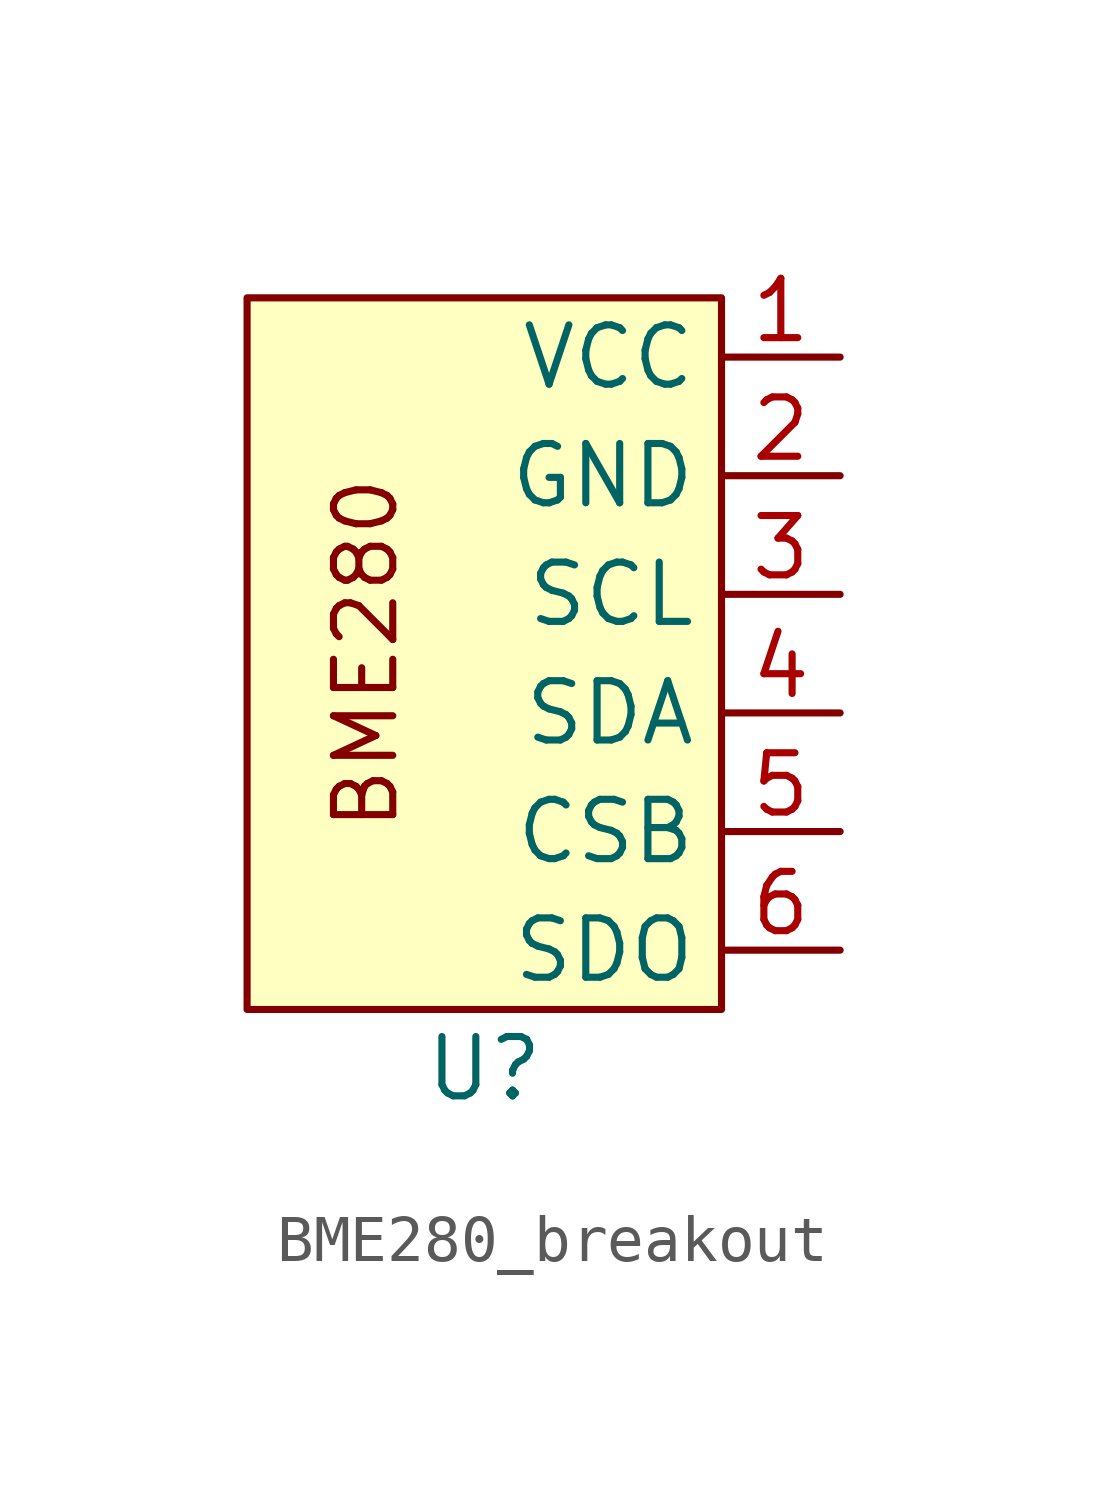
<source format=kicad_sym>
(kicad_symbol_lib
  (version 20220914)
  (generator kicad_symbol_editor)
  (symbol "BME280_breakout"
    (property "Reference" "U"
      (at 0 -8.89 0)
      (effects (font (size 1.27 1.27))))
    (property "Value" ""
      (at 0 0 0)
      (effects (font (size 1.27 1.27))))
    (symbol "BME280_breakout_1_1"
      (rectangle (start -5.08 7.62) (end 5.08 -7.62) (stroke (width 0) (type default)) (fill (type background)))
      (text "BME280" (at -2.54 0 900) (effects (font (size 1.27 1.27))))
      (pin power_in line (at 7.62 6.35 180) (length 2.54) (name "VCC" (effects (font (size 1.27 1.27)))) (number "1" (effects (font (size 1.27 1.27)))))
      (pin power_in line (at 7.62 3.81 180) (length 2.54) (name "GND" (effects (font (size 1.27 1.27)))) (number "2" (effects (font (size 1.27 1.27)))))
      (pin bidirectional line (at 7.62 1.27 180) (length 2.54) (name "SCL" (effects (font (size 1.27 1.27)))) (number "3" (effects (font (size 1.27 1.27)))))
      (pin bidirectional line (at 7.62 -1.27 180) (length 2.54) (name "SDA" (effects (font (size 1.27 1.27)))) (number "4" (effects (font (size 1.27 1.27)))))
      (pin bidirectional line (at 7.62 -3.81 180) (length 2.54) (name "CSB" (effects (font (size 1.27 1.27)))) (number "5" (effects (font (size 1.27 1.27)))))
      (pin input line (at 7.62 -6.35 180) (length 2.54) (name "SDO" (effects (font (size 1.27 1.27)))) (number "6" (effects (font (size 1.27 1.27))))))))
</source>
